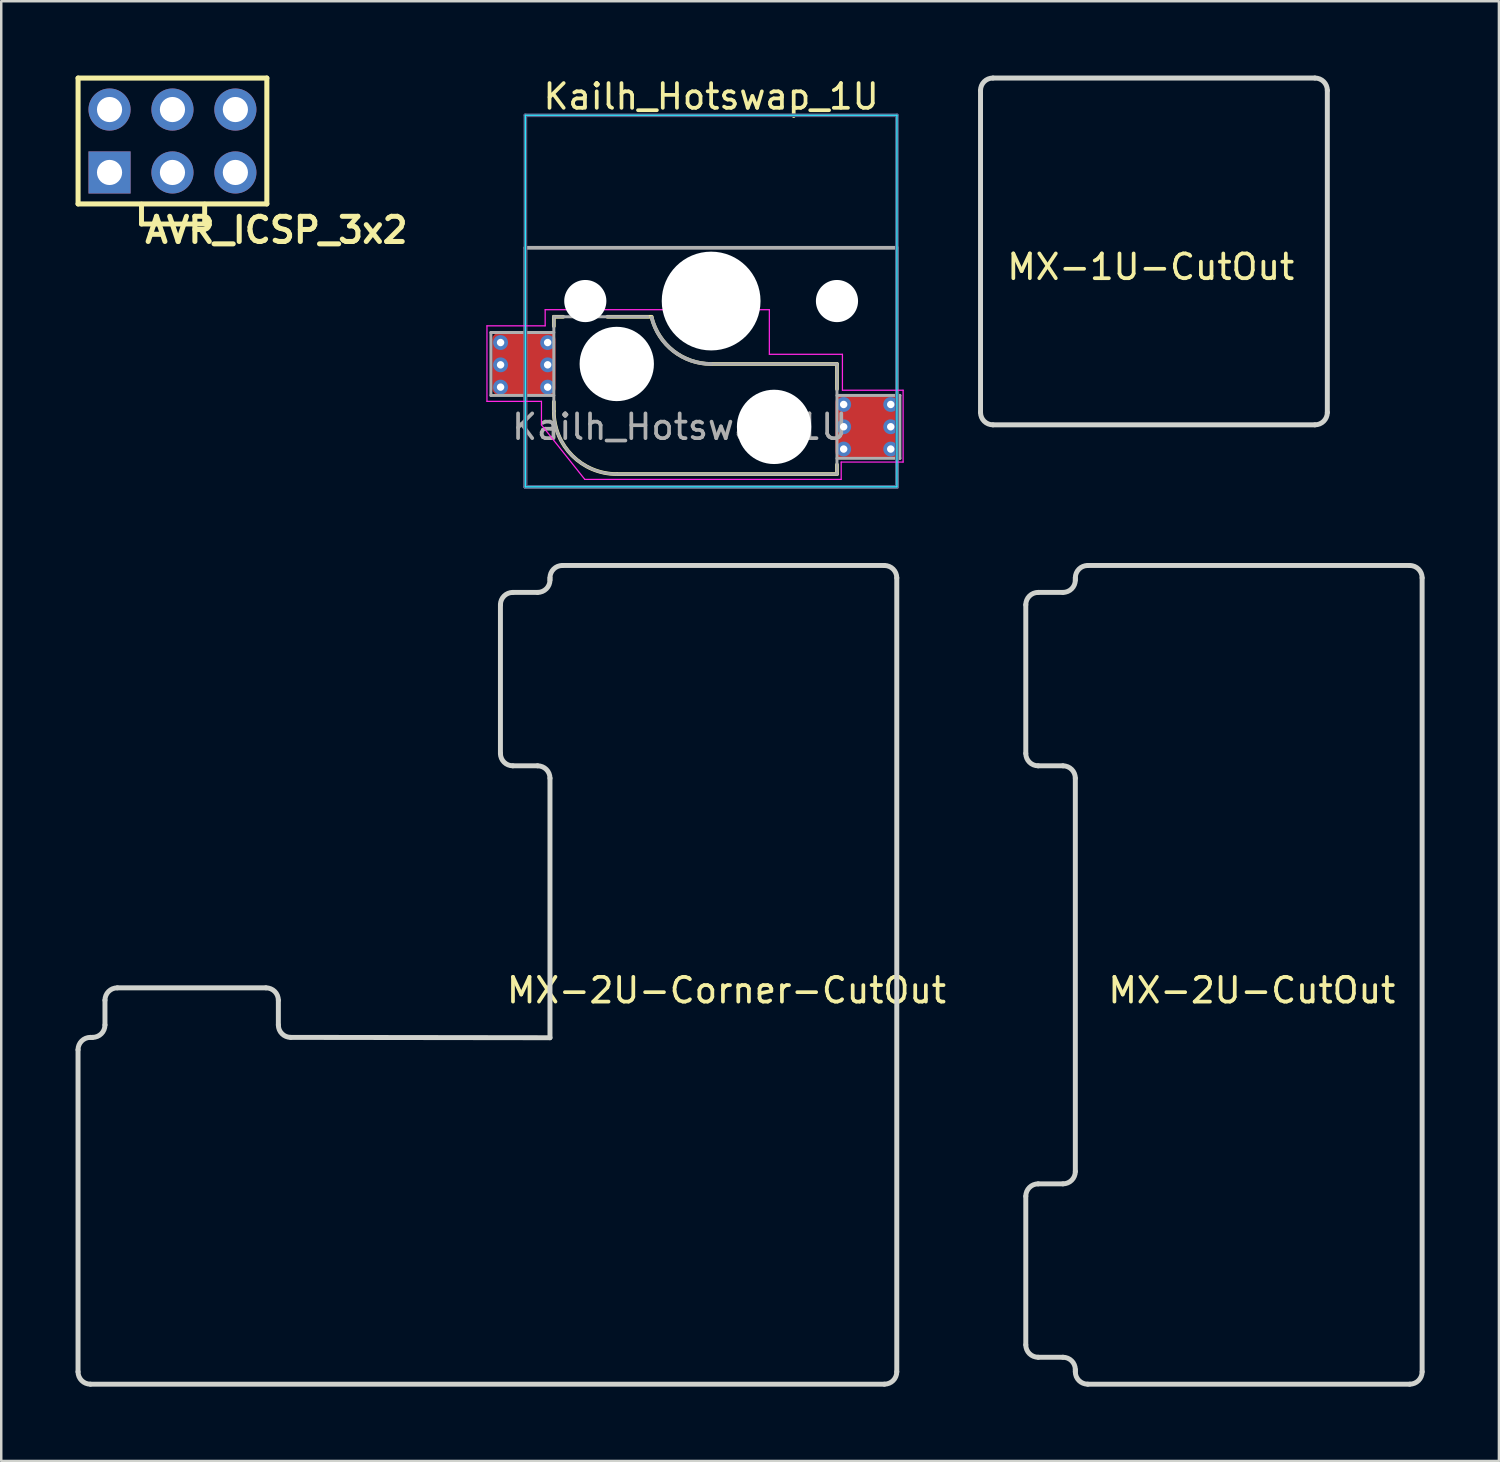
<source format=kicad_pcb>
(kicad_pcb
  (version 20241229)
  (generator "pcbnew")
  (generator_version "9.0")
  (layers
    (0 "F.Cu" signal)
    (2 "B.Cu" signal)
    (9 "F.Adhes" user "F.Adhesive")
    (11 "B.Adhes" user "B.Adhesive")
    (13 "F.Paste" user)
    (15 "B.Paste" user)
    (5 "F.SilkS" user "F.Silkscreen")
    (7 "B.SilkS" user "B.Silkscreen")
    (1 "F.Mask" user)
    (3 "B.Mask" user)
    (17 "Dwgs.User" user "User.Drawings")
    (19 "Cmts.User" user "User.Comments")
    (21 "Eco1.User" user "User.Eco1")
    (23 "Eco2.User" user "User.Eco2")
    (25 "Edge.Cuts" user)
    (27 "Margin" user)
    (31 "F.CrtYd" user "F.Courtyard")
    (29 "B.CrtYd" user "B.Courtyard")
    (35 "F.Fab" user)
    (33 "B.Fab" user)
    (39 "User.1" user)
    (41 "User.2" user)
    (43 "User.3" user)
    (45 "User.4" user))
  (footprint "AVR_ICSP_3x2"
    (layer "F.Cu")
    (at 3.912 2.642)
    (property "Reference" "AVR_ICSP_3x2" (at 4.195 3.596 0) (layer "F.SilkS") (effects (font (size 1.016 1.016) (thickness 0.203))))
    (attr through_hole)
    (fp_line (start -3.81 -2.54) (end 3.81 -2.54) (stroke (width 0.203) (type solid)) (layer "F.SilkS"))
    (fp_line (start -3.81 2.54) (end -3.81 -2.54) (stroke (width 0.203) (type solid)) (layer "F.SilkS"))
    (fp_line (start -1.25 2.55) (end -1.25 3.35) (stroke (width 0.2) (type solid)) (layer "F.SilkS"))
    (fp_line (start -1.25 3.35) (end 1.3 3.35) (stroke (width 0.2) (type solid)) (layer "F.SilkS"))
    (fp_line (start 1.3 3.35) (end 1.3 2.55) (stroke (width 0.2) (type solid)) (layer "F.SilkS"))
    (fp_line (start 3.81 -2.54) (end 3.81 2.54) (stroke (width 0.203) (type solid)) (layer "F.SilkS"))
    (fp_line (start 3.81 2.54) (end -3.81 2.54) (stroke (width 0.203) (type solid)) (layer "F.SilkS"))
    (pad "1" thru_hole rect (at -2.54 1.27) (size 1.7 1.7) (drill 1.016) (layers "*.Cu" "*.Mask"))
    (pad "2" thru_hole circle (at -2.54 -1.27) (size 1.7 1.7) (drill 1.016) (layers "*.Cu" "*.Mask"))
    (pad "3" thru_hole circle (at 0 1.27) (size 1.7 1.7) (drill 1.016) (layers "*.Cu" "*.Mask"))
    (pad "4" thru_hole circle (at 0 -1.27) (size 1.7 1.7) (drill 1.016) (layers "*.Cu" "*.Mask"))
    (pad "5" thru_hole circle (at 2.54 1.27) (size 1.7 1.7) (drill 1.016) (layers "*.Cu" "*.Mask"))
    (pad "6" thru_hole circle (at 2.54 -1.27) (size 1.7 1.7) (drill 1.016) (layers "*.Cu" "*.Mask")))
  (footprint "MX-1U-CutOut"
    (layer "F.Cu")
    (at 43.405 7.226)
    (property "Reference" "MX-1U-CutOut" (at 0 0.5 0) (layer "F.SilkS") (effects (font (size 1 1) (thickness 0.15))))
    (attr through_hole)
    (fp_line (start -6.872 -6.626) (end -6.872 6.374) (stroke (width 0.2) (type solid)) (layer "Edge.Cuts"))
    (fp_line (start -6.372 6.874) (end 6.628 6.874) (stroke (width 0.2) (type solid)) (layer "Edge.Cuts"))
    (fp_line (start 6.628 -7.126) (end -6.372 -7.126) (stroke (width 0.2) (type solid)) (layer "Edge.Cuts"))
    (fp_line (start 7.128 6.374) (end 7.128 -6.626) (stroke (width 0.2) (type solid)) (layer "Edge.Cuts"))
    (fp_arc (start -6.872 -6.626) (mid -6.725553 -6.979553) (end -6.372 -7.126) (stroke (width 0.2) (type solid)) (layer "Edge.Cuts"))
    (fp_arc (start -6.372 6.874) (mid -6.725553 6.727553) (end -6.872 6.374) (stroke (width 0.2) (type solid)) (layer "Edge.Cuts"))
    (fp_arc (start 6.628 -7.126) (mid 6.981553 -6.979553) (end 7.128 -6.626) (stroke (width 0.2) (type solid)) (layer "Edge.Cuts"))
    (fp_arc (start 7.128 6.374) (mid 6.981553 6.727553) (end 6.628 6.874) (stroke (width 0.2) (type solid)) (layer "Edge.Cuts"))
    (fp_text user "" (at 4.826 5.588 0) (layer "F.SilkS") (effects (font (size 1.27 1.27) (thickness 0.15))))
    (fp_text user "" (at 6.858 6.604 0) (layer "F.SilkS") (effects (font (size 1.27 1.27) (thickness 0.15)))))
  (footprint "MX-2U-CutOut"
    (layer "F.Cu")
    (at 47.486 36.429)
    (property "Reference" "MX-2U-CutOut" (at 0 0.5 0) (layer "F.SilkS") (effects (font (size 1 1) (thickness 0.15))))
    (attr through_hole)
    (fp_line (start -9.126 -15.064) (end -9.126 -9.064) (stroke (width 0.2) (type solid)) (layer "Edge.Cuts"))
    (fp_line (start -9.126 8.812) (end -9.126 14.812) (stroke (width 0.2) (type solid)) (layer "Edge.Cuts"))
    (fp_line (start -8.626 -8.564) (end -7.626 -8.564) (stroke (width 0.2) (type solid)) (layer "Edge.Cuts"))
    (fp_line (start -8.626 15.312) (end -7.626 15.312) (stroke (width 0.2) (type solid)) (layer "Edge.Cuts"))
    (fp_line (start -7.626 -15.564) (end -8.626 -15.564) (stroke (width 0.2) (type solid)) (layer "Edge.Cuts"))
    (fp_line (start -7.626 8.312) (end -8.626 8.312) (stroke (width 0.2) (type solid)) (layer "Edge.Cuts"))
    (fp_line (start -7.126 -16.151) (end -7.126 -16.064) (stroke (width 0.2) (type solid)) (layer "Edge.Cuts"))
    (fp_line (start -7.126 -8.064) (end -7.126 7.812) (stroke (width 0.2) (type solid)) (layer "Edge.Cuts"))
    (fp_line (start -7.126 15.812) (end -7.126 15.899) (stroke (width 0.2) (type solid)) (layer "Edge.Cuts"))
    (fp_line (start -6.626 16.399) (end 6.374 16.399) (stroke (width 0.2) (type solid)) (layer "Edge.Cuts"))
    (fp_line (start 6.374 -16.651) (end -6.626 -16.651) (stroke (width 0.2) (type solid)) (layer "Edge.Cuts"))
    (fp_line (start 6.874 15.899) (end 6.874 -16.151) (stroke (width 0.2) (type solid)) (layer "Edge.Cuts"))
    (fp_arc (start -9.126 -15.064) (mid -8.979553 -15.417553) (end -8.626 -15.564) (stroke (width 0.2) (type solid)) (layer "Edge.Cuts"))
    (fp_arc (start -9.126 8.812) (mid -8.979553 8.458447) (end -8.626 8.312) (stroke (width 0.2) (type solid)) (layer "Edge.Cuts"))
    (fp_arc (start -8.626 -8.564) (mid -8.979553 -8.710447) (end -9.126 -9.064) (stroke (width 0.2) (type solid)) (layer "Edge.Cuts"))
    (fp_arc (start -8.626 15.312) (mid -8.979553 15.165553) (end -9.126 14.812) (stroke (width 0.2) (type solid)) (layer "Edge.Cuts"))
    (fp_arc (start -7.626 -8.564) (mid -7.272447 -8.417553) (end -7.126 -8.064) (stroke (width 0.2) (type solid)) (layer "Edge.Cuts"))
    (fp_arc (start -7.626 15.312) (mid -7.272447 15.458447) (end -7.126 15.812) (stroke (width 0.2) (type solid)) (layer "Edge.Cuts"))
    (fp_arc (start -7.126 -16.151) (mid -6.979553 -16.504553) (end -6.626 -16.651) (stroke (width 0.2) (type solid)) (layer "Edge.Cuts"))
    (fp_arc (start -7.126 -16.064) (mid -7.272447 -15.710447) (end -7.626 -15.564) (stroke (width 0.2) (type solid)) (layer "Edge.Cuts"))
    (fp_arc (start -7.126 7.812) (mid -7.272447 8.165553) (end -7.626 8.312) (stroke (width 0.2) (type solid)) (layer "Edge.Cuts"))
    (fp_arc (start -6.626 16.399) (mid -6.979553 16.252553) (end -7.126 15.899) (stroke (width 0.2) (type solid)) (layer "Edge.Cuts"))
    (fp_arc (start 6.374 -16.651) (mid 6.727553 -16.504553) (end 6.874 -16.151) (stroke (width 0.2) (type solid)) (layer "Edge.Cuts"))
    (fp_arc (start 6.874 15.899) (mid 6.727553 16.252553) (end 6.374 16.399) (stroke (width 0.2) (type solid)) (layer "Edge.Cuts")))
  (footprint "Kailh_Hotswap_1U"
    (layer "F.Cu")
    (at 25.658 9.103)
    (property "Reference" "Kailh_Hotswap_1U" (at 0 -8.255 0) (layer "F.SilkS") (effects (font (size 1 1) (thickness 0.15))))
    (attr smd)
    (fp_line (start -6.35 0.635) (end -5.969 0.635) (stroke (width 0.15) (type solid)) (layer "F.SilkS"))
    (fp_line (start -6.35 1.016) (end -6.35 0.635) (stroke (width 0.15) (type solid)) (layer "F.SilkS"))
    (fp_line (start -6.35 4.445) (end -6.35 4.064) (stroke (width 0.15) (type solid)) (layer "F.SilkS"))
    (fp_line (start -4.191 0.635) (end -2.4 0.635) (stroke (width 0.15) (type solid)) (layer "F.SilkS"))
    (fp_line (start 0 2.54) (end 5.08 2.54) (stroke (width 0.15) (type solid)) (layer "F.SilkS"))
    (fp_line (start 5.08 2.54) (end 5.08 3.556) (stroke (width 0.15) (type solid)) (layer "F.SilkS"))
    (fp_line (start 5.08 6.604) (end 5.08 6.985) (stroke (width 0.15) (type solid)) (layer "F.SilkS"))
    (fp_line (start 5.08 6.985) (end -3.81 6.985) (stroke (width 0.15) (type solid)) (layer "F.SilkS"))
    (fp_arc (start -3.81 6.985) (mid -5.606051 6.241051) (end -6.35 4.445) (stroke (width 0.15) (type solid)) (layer "F.SilkS"))
    (fp_arc (start 0.001565 2.54) (mid -1.521828 2.016531) (end -2.399998 0.666137) (stroke (width 0.15) (type solid)) (layer "F.SilkS"))
    (fp_line (start -7.5 -7.5) (end -7.5 7.5) (stroke (width 0.05) (type solid)) (layer "B.CrtYd"))
    (fp_line (start -7.5 -7.5) (end 7.5 -7.5) (stroke (width 0.05) (type solid)) (layer "B.CrtYd"))
    (fp_line (start -7.5 7.5) (end 7.5 7.5) (stroke (width 0.05) (type solid)) (layer "B.CrtYd"))
    (fp_line (start 7.5 7.5) (end 7.5 -7.5) (stroke (width 0.05) (type solid)) (layer "B.CrtYd"))
    (fp_line (start -9.05 1) (end -6.7 1) (stroke (width 0.05) (type solid)) (layer "F.CrtYd"))
    (fp_line (start -9.05 4.05) (end -9.05 1) (stroke (width 0.05) (type solid)) (layer "F.CrtYd"))
    (fp_line (start -9.05 4.05) (end -6.85 4.05) (stroke (width 0.05) (type solid)) (layer "F.CrtYd"))
    (fp_line (start -6.85 4.05) (end -6.85 5) (stroke (width 0.05) (type solid)) (layer "F.CrtYd"))
    (fp_line (start -6.7 0.35) (end -6.7 1) (stroke (width 0.05) (type solid)) (layer "F.CrtYd"))
    (fp_line (start -6.7 0.35) (end 2.35 0.35) (stroke (width 0.05) (type solid)) (layer "F.CrtYd"))
    (fp_line (start -5.1 7.2) (end -6.85 5) (stroke (width 0.05) (type solid)) (layer "F.CrtYd"))
    (fp_line (start -5.1 7.2) (end 5.25 7.2) (stroke (width 0.05) (type solid)) (layer "F.CrtYd"))
    (fp_line (start 2.35 2.15) (end 2.35 0.35) (stroke (width 0.05) (type solid)) (layer "F.CrtYd"))
    (fp_line (start 2.35 2.15) (end 5.3 2.15) (stroke (width 0.05) (type solid)) (layer "F.CrtYd"))
    (fp_line (start 5.25 7.2) (end 5.25 6.5) (stroke (width 0.05) (type solid)) (layer "F.CrtYd"))
    (fp_line (start 5.3 2.15) (end 5.3 3.6) (stroke (width 0.05) (type solid)) (layer "F.CrtYd"))
    (fp_line (start 7.75 3.6) (end 5.3 3.6) (stroke (width 0.05) (type solid)) (layer "F.CrtYd"))
    (fp_line (start 7.75 6.5) (end 5.25 6.5) (stroke (width 0.05) (type solid)) (layer "F.CrtYd"))
    (fp_line (start 7.75 6.5) (end 7.75 3.6) (stroke (width 0.05) (type solid)) (layer "F.CrtYd"))
    (fp_line (start -7.5 -7.5) (end 7.5 -7.5) (stroke (width 0.15) (type solid)) (layer "B.Fab"))
    (fp_line (start -7.5 7.5) (end -7.5 -7.5) (stroke (width 0.15) (type solid)) (layer "B.Fab"))
    (fp_line (start 7.5 -7.5) (end 7.5 7.5) (stroke (width 0.15) (type solid)) (layer "B.Fab"))
    (fp_line (start 7.5 7.5) (end -7.5 7.5) (stroke (width 0.15) (type solid)) (layer "B.Fab"))
    (fp_line (start -8.89 1.27) (end -8.89 3.81) (stroke (width 0.12) (type solid)) (layer "F.Fab"))
    (fp_line (start -8.89 3.81) (end -6.35 3.81) (stroke (width 0.12) (type solid)) (layer "F.Fab"))
    (fp_line (start -7.5 -2.15) (end 7.5 -2.15) (stroke (width 0.15) (type solid)) (layer "F.Fab"))
    (fp_line (start -7.5 7.5) (end -7.5 -2.15) (stroke (width 0.15) (type solid)) (layer "F.Fab"))
    (fp_line (start -6.35 0.635) (end -6.35 4.445) (stroke (width 0.12) (type solid)) (layer "F.Fab"))
    (fp_line (start -6.35 1.27) (end -8.89 1.27) (stroke (width 0.12) (type solid)) (layer "F.Fab"))
    (fp_line (start -3.81 6.985) (end 5.08 6.985) (stroke (width 0.12) (type solid)) (layer "F.Fab"))
    (fp_line (start -2.54 0.635) (end -6.35 0.635) (stroke (width 0.12) (type solid)) (layer "F.Fab"))
    (fp_line (start 5.08 2.54) (end 0 2.54) (stroke (width 0.12) (type solid)) (layer "F.Fab"))
    (fp_line (start 5.08 6.35) (end 7.62 6.35) (stroke (width 0.12) (type solid)) (layer "F.Fab"))
    (fp_line (start 5.08 6.985) (end 5.08 2.54) (stroke (width 0.12) (type solid)) (layer "F.Fab"))
    (fp_line (start 7.5 -2.15) (end 7.5 7.5) (stroke (width 0.15) (type solid)) (layer "F.Fab"))
    (fp_line (start 7.5 7.5) (end -7.5 7.5) (stroke (width 0.15) (type solid)) (layer "F.Fab"))
    (fp_line (start 7.62 3.81) (end 5.08 3.81) (stroke (width 0.12) (type solid)) (layer "F.Fab"))
    (fp_line (start 7.62 6.35) (end 7.62 3.81) (stroke (width 0.12) (type solid)) (layer "F.Fab"))
    (fp_arc (start -3.81 6.985) (mid -5.606051 6.241051) (end -6.35 4.445) (stroke (width 0.12) (type solid)) (layer "F.Fab"))
    (fp_arc (start 0 2.54) (mid -1.523393 2.016531) (end -2.401563 0.666137) (stroke (width 0.15) (type solid)) (layer "F.Fab"))
    (fp_text user "${REFERENCE}" (at -1.27 5.08 0) (layer "F.Fab") (effects (font (size 1 1) (thickness 0.15))))
    (pad "" np_thru_hole circle (at -5.08 0) (size 1.702 1.702) (drill 1.702) (layers "*.Cu" "*.Mask"))
    (pad "" np_thru_hole circle (at -3.81 2.54) (size 3 3) (drill 3) (layers "*.Cu" "*.Mask"))
    (pad "" np_thru_hole circle (at 0 0) (size 3.988 3.988) (drill 3.988) (layers "*.Cu" "*.Mask"))
    (pad "" np_thru_hole circle (at 2.54 5.08) (size 3 3) (drill 3) (layers "*.Cu" "*.Mask"))
    (pad "" np_thru_hole circle (at 5.08 0) (size 1.702 1.702) (drill 1.702) (layers "*.Cu" "*.Mask"))
    (pad "1" thru_hole circle (at 5.35 4.175) (size 0.6 0.6) (drill 0.3) (layers "*.Cu" "F.Mask"))
    (pad "1" thru_hole circle (at 5.35 5.075) (size 0.6 0.6) (drill 0.3) (layers "*.Cu" "F.Mask"))
    (pad "1" thru_hole circle (at 5.35 5.975) (size 0.6 0.6) (drill 0.3) (layers "*.Cu" "F.Mask"))
    (pad "1" smd roundrect (at 6.29 5.08) (size 2.55 2.5) (layers "F.Cu" "F.Mask" "F.Paste") (roundrect_rratio 0.1))
    (pad "1" thru_hole circle (at 7.25 4.175) (size 0.6 0.6) (drill 0.3) (layers "*.Cu" "F.Mask"))
    (pad "1" thru_hole circle (at 7.25 5.075) (size 0.6 0.6) (drill 0.3) (layers "*.Cu" "F.Mask"))
    (pad "1" thru_hole circle (at 7.25 5.975) (size 0.6 0.6) (drill 0.3) (layers "*.Cu" "F.Mask"))
    (pad "2" thru_hole circle (at -8.5 1.675) (size 0.6 0.6) (drill 0.3) (layers "*.Cu" "F.Mask"))
    (pad "2" thru_hole circle (at -8.5 2.575) (size 0.6 0.6) (drill 0.3) (layers "*.Cu" "F.Mask"))
    (pad "2" thru_hole circle (at -8.5 3.475) (size 0.6 0.6) (drill 0.3) (layers "*.Cu" "F.Mask"))
    (pad "2" smd roundrect (at -7.56 2.54) (size 2.55 2.5) (layers "F.Cu" "F.Mask" "F.Paste") (roundrect_rratio 0.1))
    (pad "2" thru_hole circle (at -6.6 1.675) (size 0.6 0.6) (drill 0.3) (layers "*.Cu" "F.Mask"))
    (pad "2" thru_hole circle (at -6.6 2.575) (size 0.6 0.6) (drill 0.3) (layers "*.Cu" "F.Mask"))
    (pad "2" thru_hole circle (at -6.6 3.475) (size 0.6 0.6) (drill 0.3) (layers "*.Cu" "F.Mask")))
  (footprint "MX-2U-Corner-CutOut"
    (layer "F.Cu")
    (at 26.278 36.429)
    (property "Reference" "MX-2U-Corner-CutOut" (at 0 0.5 0) (layer "F.SilkS") (effects (font (size 1 1) (thickness 0.15))))
    (attr through_hole)
    (fp_line (start -26.178 2.899) (end -26.178 15.899) (stroke (width 0.2) (type solid)) (layer "Edge.Cuts"))
    (fp_line (start -25.678 16.399) (end 6.374 16.399) (stroke (width 0.2) (type solid)) (layer "Edge.Cuts"))
    (fp_line (start -25.591 2.399) (end -25.678 2.399) (stroke (width 0.2) (type solid)) (layer "Edge.Cuts"))
    (fp_line (start -25.091 0.899) (end -25.091 1.899) (stroke (width 0.2) (type solid)) (layer "Edge.Cuts"))
    (fp_line (start -18.591 0.399) (end -24.591 0.399) (stroke (width 0.2) (type solid)) (layer "Edge.Cuts"))
    (fp_line (start -18.091 1.899) (end -18.091 0.899) (stroke (width 0.2) (type solid)) (layer "Edge.Cuts"))
    (fp_line (start -9.126 -15.064) (end -9.126 -9.064) (stroke (width 0.2) (type solid)) (layer "Edge.Cuts"))
    (fp_line (start -8.626 -8.564) (end -7.626 -8.564) (stroke (width 0.2) (type solid)) (layer "Edge.Cuts"))
    (fp_line (start -7.626 -15.564) (end -8.626 -15.564) (stroke (width 0.2) (type solid)) (layer "Edge.Cuts"))
    (fp_line (start -7.126 -16.151) (end -7.126 -16.064) (stroke (width 0.2) (type solid)) (layer "Edge.Cuts"))
    (fp_line (start -7.126 -8.064) (end -7.126 2.413) (stroke (width 0.2) (type solid)) (layer "Edge.Cuts"))
    (fp_line (start -7.126 2.413) (end -17.591 2.399) (stroke (width 0.2) (type solid)) (layer "Edge.Cuts"))
    (fp_line (start 6.374 -16.651) (end -6.626 -16.651) (stroke (width 0.2) (type solid)) (layer "Edge.Cuts"))
    (fp_line (start 6.874 15.899) (end 6.874 -16.151) (stroke (width 0.2) (type solid)) (layer "Edge.Cuts"))
    (fp_arc (start -26.178 2.899) (mid -26.031553 2.545447) (end -25.678 2.399) (stroke (width 0.2) (type solid)) (layer "Edge.Cuts"))
    (fp_arc (start -25.678 16.399) (mid -26.031553 16.252553) (end -26.178 15.899) (stroke (width 0.2) (type solid)) (layer "Edge.Cuts"))
    (fp_arc (start -25.091 0.899) (mid -24.944553 0.545447) (end -24.591 0.399) (stroke (width 0.2) (type solid)) (layer "Edge.Cuts"))
    (fp_arc (start -25.091 1.899) (mid -25.237447 2.252553) (end -25.591 2.399) (stroke (width 0.2) (type solid)) (layer "Edge.Cuts"))
    (fp_arc (start -18.591 0.399) (mid -18.237447 0.545447) (end -18.091 0.899) (stroke (width 0.2) (type solid)) (layer "Edge.Cuts"))
    (fp_arc (start -17.591 2.399) (mid -17.944553 2.252553) (end -18.091 1.899) (stroke (width 0.2) (type solid)) (layer "Edge.Cuts"))
    (fp_arc (start -9.126 -15.064) (mid -8.979553 -15.417553) (end -8.626 -15.564) (stroke (width 0.2) (type solid)) (layer "Edge.Cuts"))
    (fp_arc (start -8.626 -8.564) (mid -8.979553 -8.710447) (end -9.126 -9.064) (stroke (width 0.2) (type solid)) (layer "Edge.Cuts"))
    (fp_arc (start -7.626 -8.564) (mid -7.272447 -8.417553) (end -7.126 -8.064) (stroke (width 0.2) (type solid)) (layer "Edge.Cuts"))
    (fp_arc (start -7.126 -16.151) (mid -6.979553 -16.504553) (end -6.626 -16.651) (stroke (width 0.2) (type solid)) (layer "Edge.Cuts"))
    (fp_arc (start -7.126 -16.064) (mid -7.272447 -15.710447) (end -7.626 -15.564) (stroke (width 0.2) (type solid)) (layer "Edge.Cuts"))
    (fp_arc (start 6.374 -16.651) (mid 6.727553 -16.504553) (end 6.874 -16.151) (stroke (width 0.2) (type solid)) (layer "Edge.Cuts"))
    (fp_arc (start 6.874 15.899) (mid 6.727553 16.252553) (end 6.374 16.399) (stroke (width 0.2) (type solid)) (layer "Edge.Cuts")))
  (gr_rect
    (start -3 -3)
    (end 57.46 55.928)
    (stroke (width 0.1) (type default))
    (fill no)
    (layer "Edge.Cuts")))
</source>
